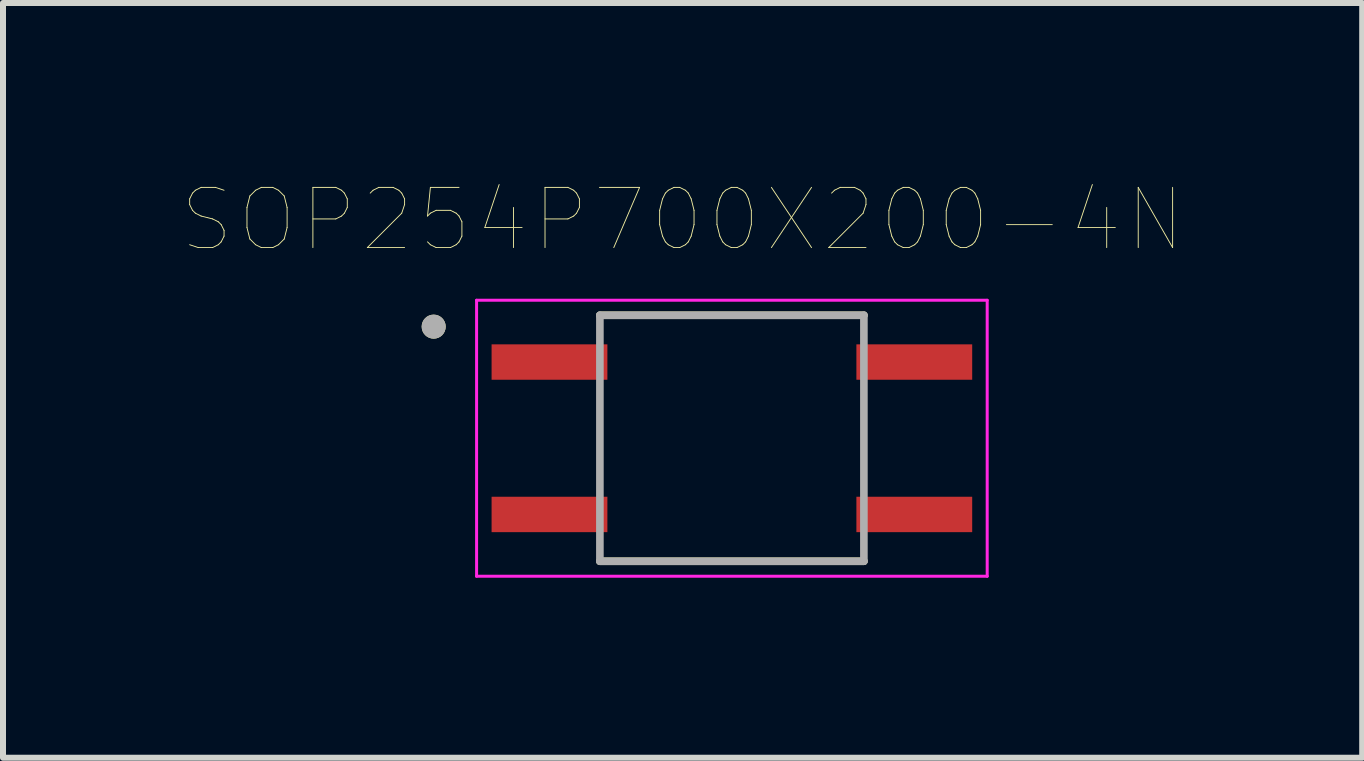
<source format=kicad_pcb>
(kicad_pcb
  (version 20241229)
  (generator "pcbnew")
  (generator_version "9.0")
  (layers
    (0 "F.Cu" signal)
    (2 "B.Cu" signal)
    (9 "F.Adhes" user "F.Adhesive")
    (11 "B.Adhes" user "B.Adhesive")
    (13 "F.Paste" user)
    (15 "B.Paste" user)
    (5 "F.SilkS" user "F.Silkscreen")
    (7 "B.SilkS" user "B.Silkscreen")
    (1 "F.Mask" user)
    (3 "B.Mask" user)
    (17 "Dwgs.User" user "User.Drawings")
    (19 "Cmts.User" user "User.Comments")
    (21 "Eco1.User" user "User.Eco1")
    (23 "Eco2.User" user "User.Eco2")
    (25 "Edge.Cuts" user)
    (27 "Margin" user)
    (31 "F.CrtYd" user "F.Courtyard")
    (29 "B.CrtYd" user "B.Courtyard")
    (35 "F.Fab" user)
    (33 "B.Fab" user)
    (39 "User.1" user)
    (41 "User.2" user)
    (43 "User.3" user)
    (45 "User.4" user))
  (footprint "SOP254P700X200-4N"
    (layer "F.Cu")
    (at 9.148 4.254)
    (property "Reference" "SOP254P700X200-4N" (at -0.822 -3.641 0) (layer "F.SilkS") (effects (font (size 1.003 1.003) (thickness 0.015))))
    (attr through_hole)
    (fp_line (start -2.2 -2.05) (end 2.2 -2.05) (stroke (width 0.127) (type solid)) (layer "F.SilkS"))
    (fp_line (start -2.2 2.05) (end 2.2 2.05) (stroke (width 0.127) (type solid)) (layer "F.SilkS"))
    (fp_circle (center -4.97 -1.86) (end -4.87 -1.86) (stroke (width 0.2) (type solid)) (fill no) (layer "F.SilkS"))
    (fp_line (start -4.255 -2.3) (end -4.255 2.3) (stroke (width 0.05) (type solid)) (layer "F.CrtYd"))
    (fp_line (start -4.255 -2.3) (end 4.255 -2.3) (stroke (width 0.05) (type solid)) (layer "F.CrtYd"))
    (fp_line (start -4.255 2.3) (end 4.255 2.3) (stroke (width 0.05) (type solid)) (layer "F.CrtYd"))
    (fp_line (start 4.255 -2.3) (end 4.255 2.3) (stroke (width 0.05) (type solid)) (layer "F.CrtYd"))
    (fp_line (start -2.2 -2.05) (end -2.2 2.05) (stroke (width 0.127) (type solid)) (layer "F.Fab"))
    (fp_line (start -2.2 -2.05) (end 2.2 -2.05) (stroke (width 0.127) (type solid)) (layer "F.Fab"))
    (fp_line (start -2.2 2.05) (end 2.2 2.05) (stroke (width 0.127) (type solid)) (layer "F.Fab"))
    (fp_line (start 2.2 -2.05) (end 2.2 2.05) (stroke (width 0.127) (type solid)) (layer "F.Fab"))
    (fp_circle (center -4.97 -1.86) (end -4.87 -1.86) (stroke (width 0.2) (type solid)) (fill no) (layer "F.Fab"))
    (pad "1" smd rect (at -3.04 -1.27) (size 1.93 0.59) (layers "F.Cu" "F.Mask" "F.Paste"))
    (pad "2" smd rect (at -3.04 1.27) (size 1.93 0.59) (layers "F.Cu" "F.Mask" "F.Paste"))
    (pad "3" smd rect (at 3.04 1.27) (size 1.93 0.59) (layers "F.Cu" "F.Mask" "F.Paste"))
    (pad "4" smd rect (at 3.04 -1.27) (size 1.93 0.59) (layers "F.Cu" "F.Mask" "F.Paste")))
  (gr_rect
    (start -3 -3)
    (end 19.653 9.579)
    (stroke (width 0.1) (type default))
    (fill no)
    (layer "Edge.Cuts")))
</source>
